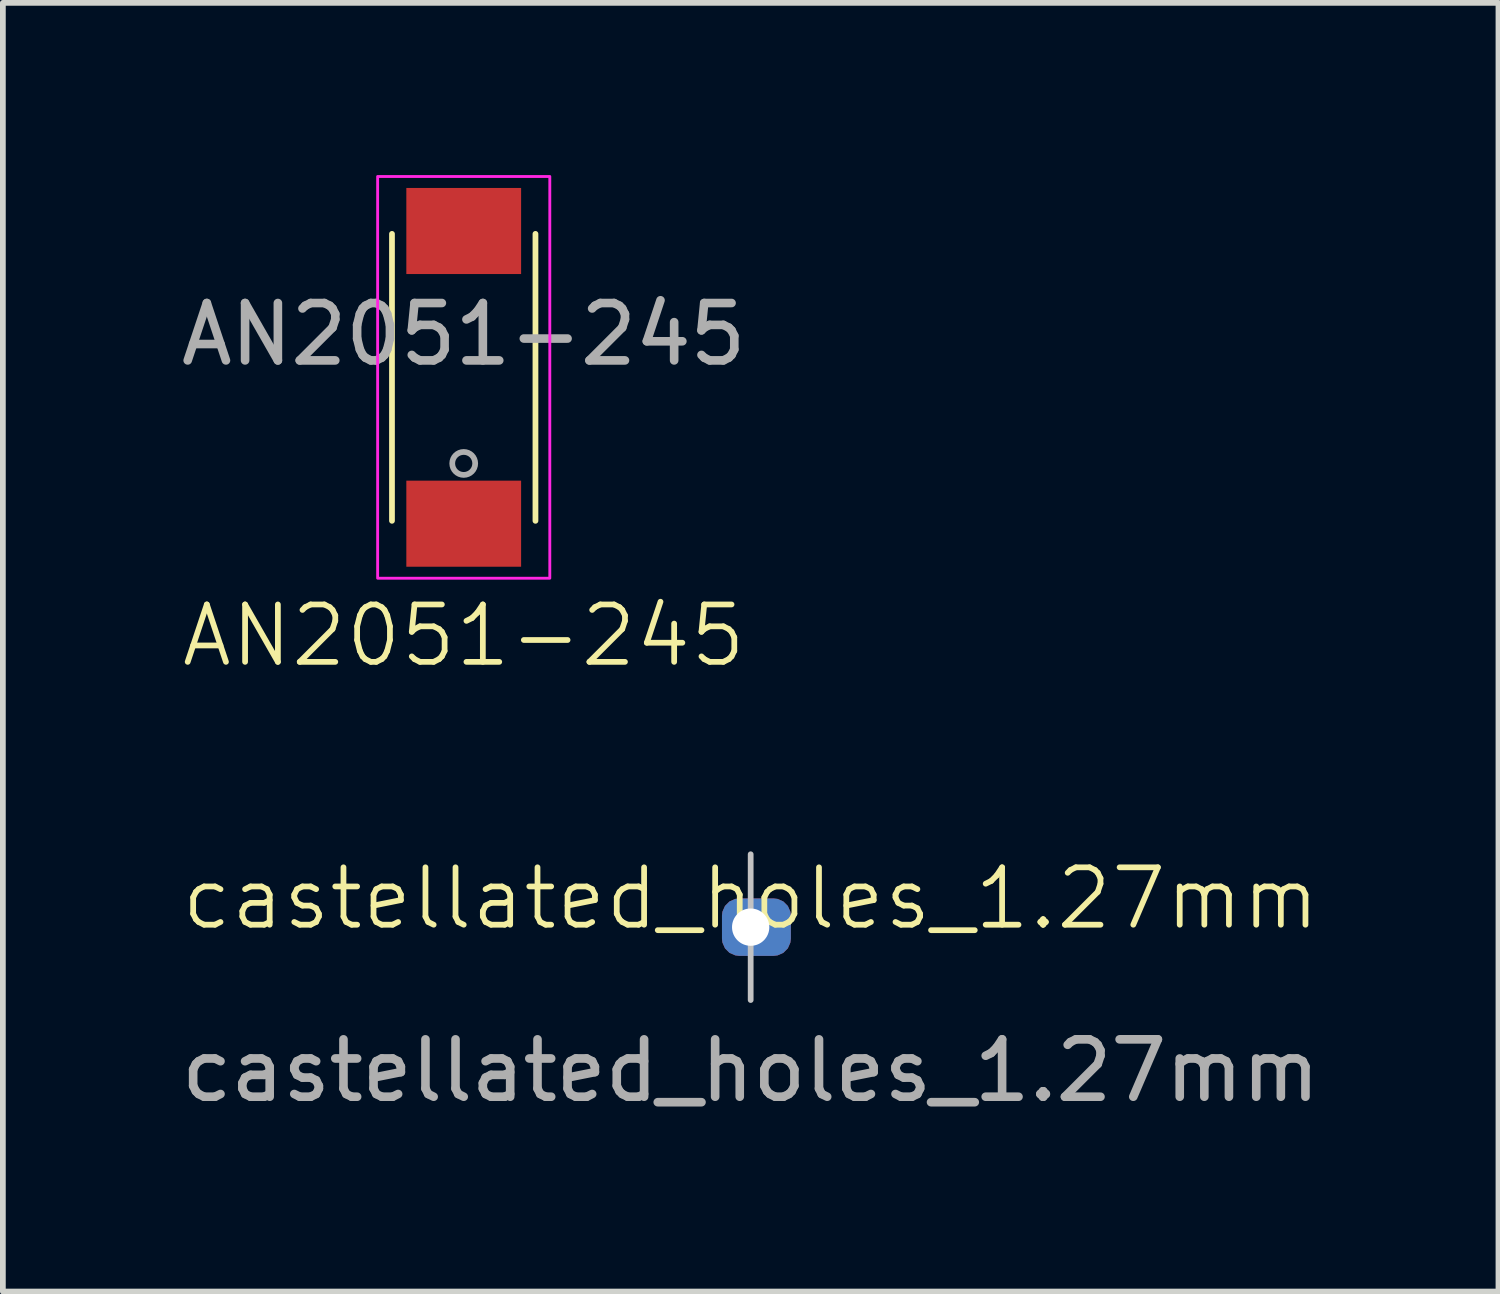
<source format=kicad_pcb>
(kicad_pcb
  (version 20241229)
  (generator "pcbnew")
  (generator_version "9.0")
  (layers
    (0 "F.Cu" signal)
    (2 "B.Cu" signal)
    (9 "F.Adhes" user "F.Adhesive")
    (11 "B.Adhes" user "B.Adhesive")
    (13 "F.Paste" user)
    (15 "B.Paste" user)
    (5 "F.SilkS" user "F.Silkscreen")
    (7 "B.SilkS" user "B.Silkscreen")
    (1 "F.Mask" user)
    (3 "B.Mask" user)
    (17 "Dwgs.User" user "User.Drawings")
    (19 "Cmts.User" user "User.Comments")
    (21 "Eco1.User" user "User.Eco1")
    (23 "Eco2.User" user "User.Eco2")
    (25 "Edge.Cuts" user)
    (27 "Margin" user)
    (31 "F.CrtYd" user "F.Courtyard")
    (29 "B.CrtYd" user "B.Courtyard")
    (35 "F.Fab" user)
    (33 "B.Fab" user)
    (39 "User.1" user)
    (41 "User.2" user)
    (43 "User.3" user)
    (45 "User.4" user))
  (footprint "AN2051-245"
    (layer "F.Cu")
    (at 5.03 3.525)
    (property "Reference" "AN2051-245" (at 0 4.5 0) (unlocked yes) (layer "F.SilkS") (effects (font (size 1 1) (thickness 0.1))))
    (attr smd)
    (fp_line (start -1.25 -2.5) (end -1.25 2.5) (stroke (width 0.1) (type default)) (layer "F.SilkS"))
    (fp_line (start 1.25 -2.5) (end 1.25 2.5) (stroke (width 0.1) (type default)) (layer "F.SilkS"))
    (fp_rect (start -1.5 -3.5) (end 1.5 3.5) (stroke (width 0.05) (type default)) (fill no) (layer "F.CrtYd"))
    (fp_circle (center 0 1.5) (end 0.2 1.5) (stroke (width 0.1) (type solid)) (fill no) (layer "F.Fab"))
    (fp_text user "${REFERENCE}" (at 0 -0.75 0) (unlocked yes) (layer "F.Fab") (effects (font (size 1 1) (thickness 0.15))))
    (pad "1" smd rect (at 0 2.55) (size 2 1.5) (layers "F.Cu" "F.Mask" "F.Paste"))
    (pad "2" smd rect (at 0 -2.55) (size 2 1.5) (layers "F.Cu" "F.Mask" "F.Paste")))
  (footprint "castellated_holes_1.27mm"
    (layer "F.Cu")
    (at 10.03 13.105)
    (property "Reference" "castellated_holes_1.27mm" (at 0 -0.5 0) (unlocked yes) (layer "F.SilkS") (effects (font (size 1 1) (thickness 0.1))))
    (attr through_hole)
    (fp_line (start 0 -1.27) (end 0 1.27) (stroke (width 0.1) (type default)) (layer "Dwgs.User"))
    (fp_text user "${REFERENCE}" (at 0 2.5 0) (unlocked yes) (layer "F.Fab") (effects (font (size 1 1) (thickness 0.15))))
    (pad "1" thru_hole roundrect (at 0 0) (size 1.2 1) (drill 0.65 (offset 0.1 0)) (layers "*.Cu" "*.Mask") (roundrect_rratio 0.3)))
  (gr_rect
    (start -3 -3)
    (end 23.06 19.454)
    (stroke (width 0.1) (type default))
    (fill no)
    (layer "Edge.Cuts")))
</source>
